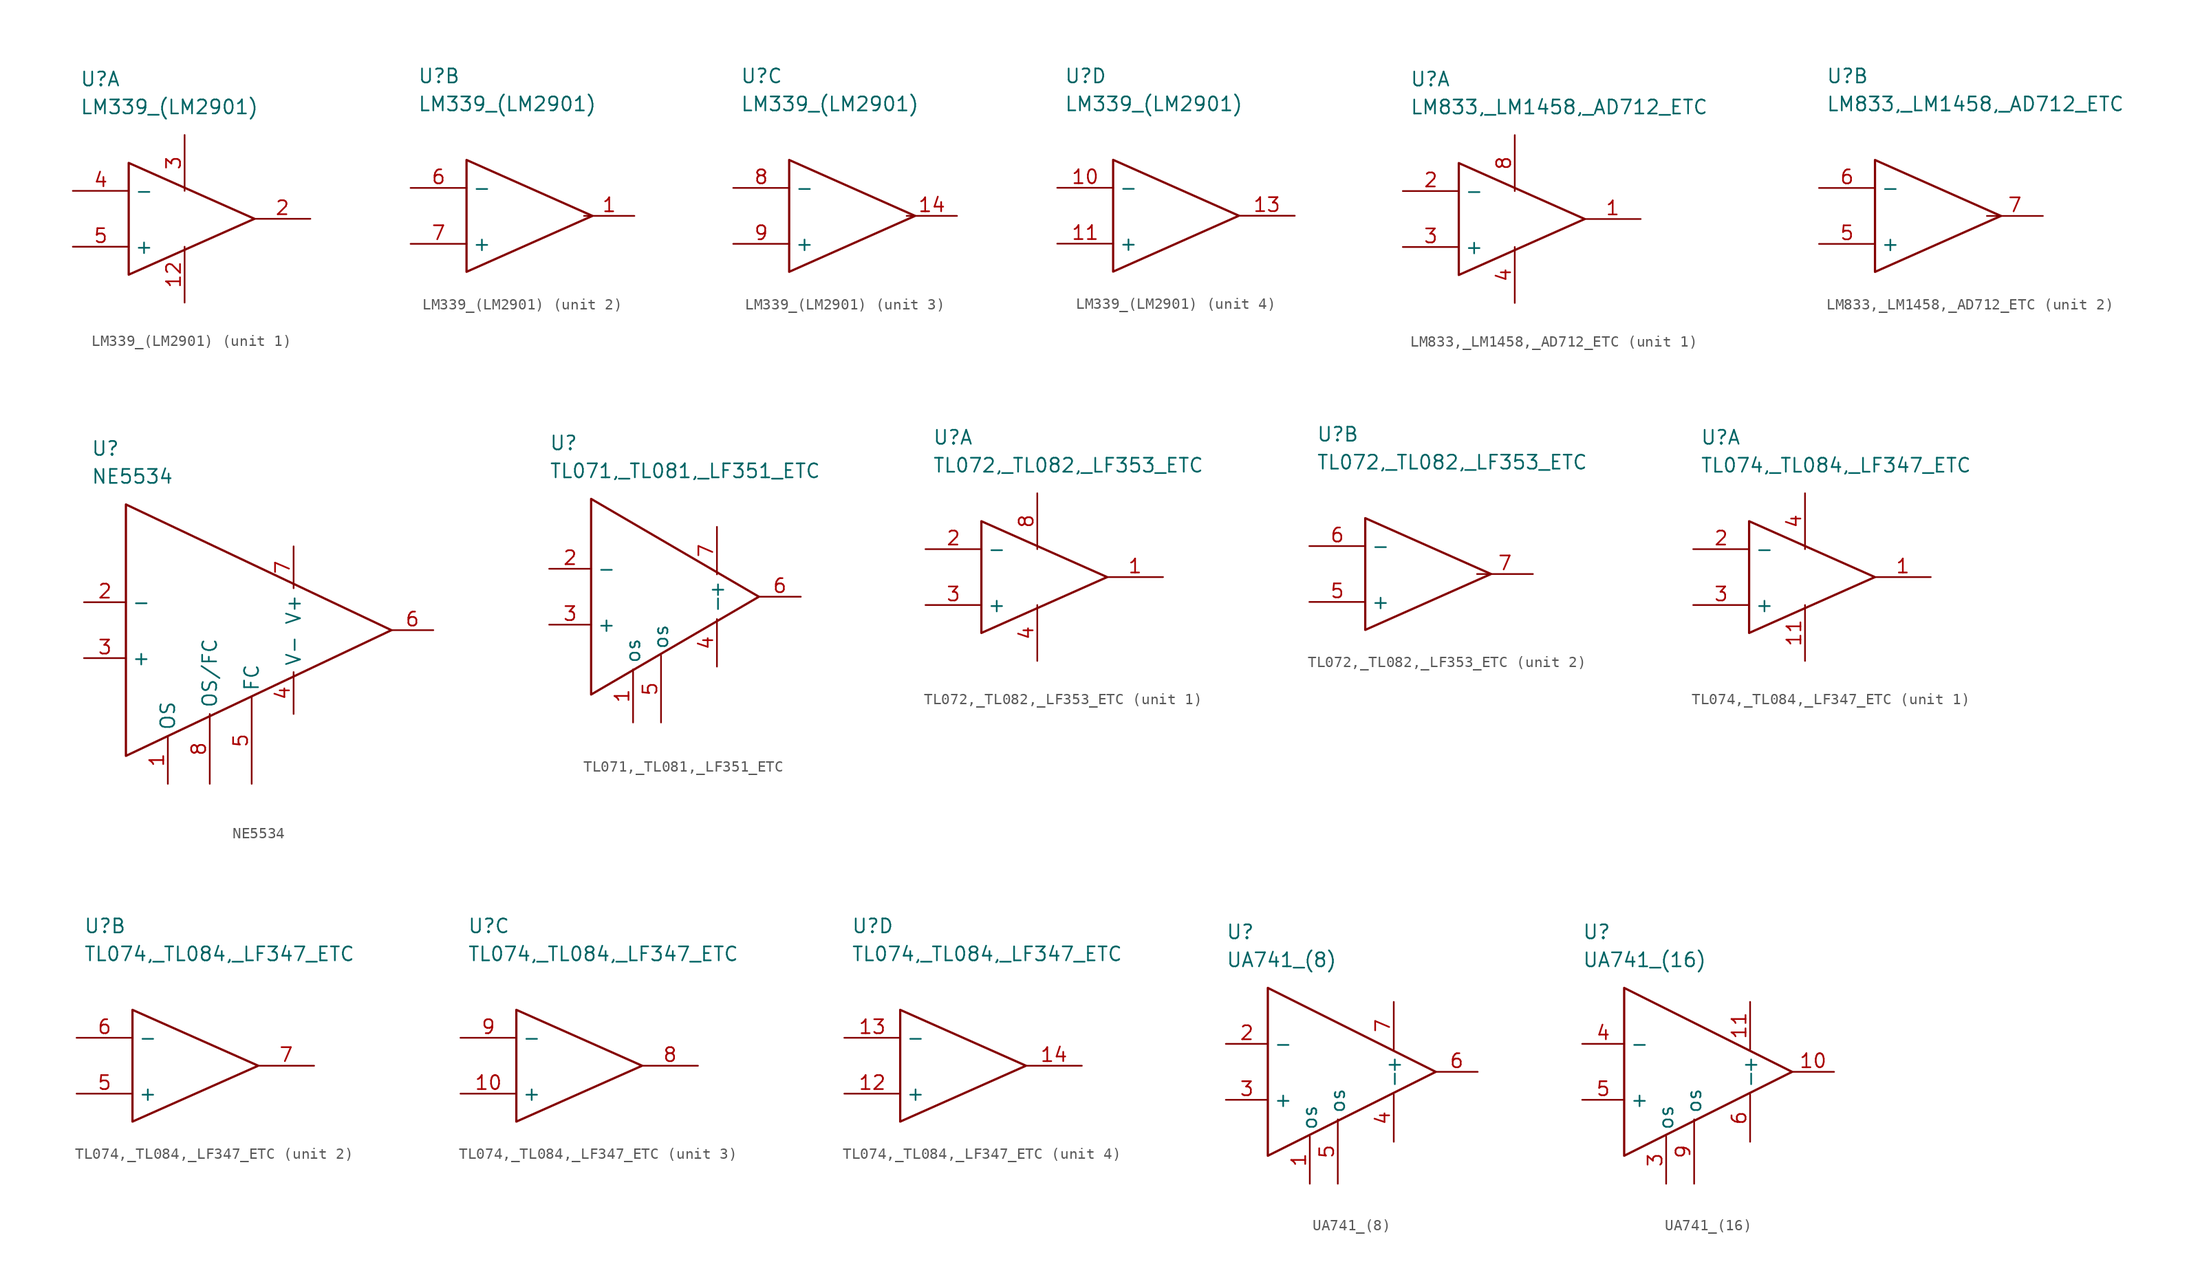
<source format=kicad_sym>
(kicad_symbol_lib
  (version 20211014)
  (generator kicad_symbol_editor)
  (symbol "LM339_(LM2901)"
    (property "Reference" "U"
      (at -10.795 12.7 0)
      (effects (font (size 1.27 1.27)) (justify left)))
    (property "Value" "LM339_(LM2901)"
      (at -10.795 10.16 0)
      (effects (font (size 1.27 1.27)) (justify left)))
    (property "ki_locked" ""
      (at 0 0 0)
      (effects (font (size 1.27 1.27))))
    (symbol "LM339_(LM2901)_0_0"
      (polyline (pts (xy -6.35 5.08) (xy 5.08 0) (xy -6.35 -5.08) (xy -6.35 5.08)) (stroke (width 0.203) (type default) (color 0 0 0 0)) (fill (type none))))
    (symbol "LM339_(LM2901)_1_0"
      (pin unspecified line (at -1.27 -7.62 90) (length 5.08) (name "~" (effects (font (size 1.27 1.27)))) (number "12" (effects (font (size 1.27 1.27)))))
      (pin unspecified line (at 10.16 0 180) (length 5.08) (name "~" (effects (font (size 1.27 1.27)))) (number "2" (effects (font (size 1.27 1.27)))))
      (pin unspecified line (at -1.27 7.62 270) (length 5.08) (name "~" (effects (font (size 1.27 1.27)))) (number "3" (effects (font (size 1.27 1.27)))))
      (pin unspecified line (at -11.43 2.54 0) (length 5.08) (name "-" (effects (font (size 1.27 1.27)))) (number "4" (effects (font (size 1.27 1.27)))))
      (pin unspecified line (at -11.43 -2.54 0) (length 5.08) (name "+" (effects (font (size 1.27 1.27)))) (number "5" (effects (font (size 1.27 1.27))))))
    (symbol "LM339_(LM2901)_2_0"
      (pin unspecified line (at 8.89 0 180) (length 4.572) (name "~" (effects (font (size 1.27 1.27)))) (number "1" (effects (font (size 1.27 1.27)))))
      (pin unspecified line (at -11.43 2.54 0) (length 5.08) (name "-" (effects (font (size 1.27 1.27)))) (number "6" (effects (font (size 1.27 1.27)))))
      (pin unspecified line (at -11.43 -2.54 0) (length 5.08) (name "+" (effects (font (size 1.27 1.27)))) (number "7" (effects (font (size 1.27 1.27))))))
    (symbol "LM339_(LM2901)_3_0"
      (pin unspecified line (at 8.89 0 180) (length 4.572) (name "~" (effects (font (size 1.27 1.27)))) (number "14" (effects (font (size 1.27 1.27)))))
      (pin unspecified line (at -11.43 2.54 0) (length 5.08) (name "-" (effects (font (size 1.27 1.27)))) (number "8" (effects (font (size 1.27 1.27)))))
      (pin unspecified line (at -11.43 -2.54 0) (length 5.08) (name "+" (effects (font (size 1.27 1.27)))) (number "9" (effects (font (size 1.27 1.27))))))
    (symbol "LM339_(LM2901)_4_0"
      (pin unspecified line (at -11.43 2.54 0) (length 5.08) (name "-" (effects (font (size 1.27 1.27)))) (number "10" (effects (font (size 1.27 1.27)))))
      (pin unspecified line (at -11.43 -2.54 0) (length 5.08) (name "+" (effects (font (size 1.27 1.27)))) (number "11" (effects (font (size 1.27 1.27)))))
      (pin unspecified line (at 10.16 0 180) (length 5.08) (name "~" (effects (font (size 1.27 1.27)))) (number "13" (effects (font (size 1.27 1.27)))))))
  (symbol "LM833,_LM1458,_AD712_ETC"
    (property "Reference" "U"
      (at -10.795 12.7 0)
      (effects (font (size 1.27 1.27)) (justify left)))
    (property "Value" "LM833,_LM1458,_AD712_ETC"
      (at -10.795 10.16 0)
      (effects (font (size 1.27 1.27)) (justify left)))
    (property "ki_locked" ""
      (at 0 0 0)
      (effects (font (size 1.27 1.27))))
    (symbol "LM833,_LM1458,_AD712_ETC_0_0"
      (polyline (pts (xy -6.35 5.08) (xy 5.08 0) (xy -6.35 -5.08) (xy -6.35 5.08)) (stroke (width 0.203) (type default) (color 0 0 0 0)) (fill (type none))))
    (symbol "LM833,_LM1458,_AD712_ETC_1_0"
      (pin unspecified line (at 10.16 0 180) (length 5.08) (name "~" (effects (font (size 1.27 1.27)))) (number "1" (effects (font (size 1.27 1.27)))))
      (pin unspecified line (at -11.43 2.54 0) (length 5.08) (name "-" (effects (font (size 1.27 1.27)))) (number "2" (effects (font (size 1.27 1.27)))))
      (pin unspecified line (at -11.43 -2.54 0) (length 5.08) (name "+" (effects (font (size 1.27 1.27)))) (number "3" (effects (font (size 1.27 1.27)))))
      (pin unspecified line (at -1.27 -7.62 90) (length 5.08) (name "~" (effects (font (size 1.27 1.27)))) (number "4" (effects (font (size 1.27 1.27)))))
      (pin unspecified line (at -1.27 7.62 270) (length 5.08) (name "~" (effects (font (size 1.27 1.27)))) (number "8" (effects (font (size 1.27 1.27))))))
    (symbol "LM833,_LM1458,_AD712_ETC_2_0"
      (pin unspecified line (at -11.43 -2.54 0) (length 5.08) (name "+" (effects (font (size 1.27 1.27)))) (number "5" (effects (font (size 1.27 1.27)))))
      (pin unspecified line (at -11.43 2.54 0) (length 5.08) (name "-" (effects (font (size 1.27 1.27)))) (number "6" (effects (font (size 1.27 1.27)))))
      (pin unspecified line (at 8.89 0 180) (length 5.08) (name "~" (effects (font (size 1.27 1.27)))) (number "7" (effects (font (size 1.27 1.27)))))))
  (symbol "NE5534"
    (property "Reference" "U"
      (at -15.875 17.78 0)
      (effects (font (size 1.27 1.27)) (justify left)))
    (property "Value" "NE5534"
      (at -15.875 15.24 0)
      (effects (font (size 1.27 1.27)) (justify left)))
    (property "ki_locked" ""
      (at 0 0 0)
      (effects (font (size 1.27 1.27))))
    (symbol "NE5534_0_0"
      (polyline (pts (xy 11.43 1.27) (xy -12.7 12.7) (xy -12.7 -10.16) (xy 11.43 1.27)) (stroke (width 0.203) (type default) (color 0 0 0 0)) (fill (type none))))
    (symbol "NE5534_1_0"
      (pin unspecified line (at -8.89 -12.7 90) (length 4.318) (name "OS" (effects (font (size 1.27 1.27)))) (number "1" (effects (font (size 1.27 1.27)))))
      (pin unspecified line (at -16.51 3.81 0) (length 3.81) (name "-" (effects (font (size 1.27 1.27)))) (number "2" (effects (font (size 1.27 1.27)))))
      (pin unspecified line (at -16.51 -1.27 0) (length 3.81) (name "+" (effects (font (size 1.27 1.27)))) (number "3" (effects (font (size 1.27 1.27)))))
      (pin unspecified line (at 2.54 -6.35 90) (length 3.81) (name "V-" (effects (font (size 1.27 1.27)))) (number "4" (effects (font (size 1.27 1.27)))))
      (pin unspecified line (at -1.27 -12.7 90) (length 7.874) (name "FC" (effects (font (size 1.27 1.27)))) (number "5" (effects (font (size 1.27 1.27)))))
      (pin unspecified line (at 15.24 1.27 180) (length 3.81) (name "~" (effects (font (size 1.27 1.27)))) (number "6" (effects (font (size 1.27 1.27)))))
      (pin unspecified line (at 2.54 8.89 270) (length 3.81) (name "V+" (effects (font (size 1.27 1.27)))) (number "7" (effects (font (size 1.27 1.27)))))
      (pin unspecified line (at -5.08 -12.7 90) (length 6.35) (name "OS/FC" (effects (font (size 1.27 1.27)))) (number "8" (effects (font (size 1.27 1.27)))))))
  (symbol "TL071,_TL081,_LF351_ETC"
    (property "Reference" "U"
      (at -11.43 15.24 0)
      (effects (font (size 1.27 1.27)) (justify left)))
    (property "Value" "TL071,_TL081,_LF351_ETC"
      (at -11.43 12.7 0)
      (effects (font (size 1.27 1.27)) (justify left)))
    (property "ki_locked" ""
      (at 0 0 0)
      (effects (font (size 1.27 1.27))))
    (symbol "TL071,_TL081,_LF351_ETC_0_0"
      (polyline (pts (xy -7.62 10.16) (xy 7.62 1.27) (xy -7.62 -7.62) (xy -7.62 10.16)) (stroke (width 0.203) (type default) (color 0 0 0 0)) (fill (type none))))
    (symbol "TL071,_TL081,_LF351_ETC_1_0"
      (pin unspecified line (at -3.81 -10.16 90) (length 4.826) (name "os" (effects (font (size 1.27 1.27)))) (number "1" (effects (font (size 1.27 1.27)))))
      (pin unspecified line (at -11.43 3.81 0) (length 3.81) (name "-" (effects (font (size 1.27 1.27)))) (number "2" (effects (font (size 1.27 1.27)))))
      (pin unspecified line (at -11.43 -1.27 0) (length 3.81) (name "+" (effects (font (size 1.27 1.27)))) (number "3" (effects (font (size 1.27 1.27)))))
      (pin unspecified line (at 3.81 -5.08 90) (length 4.318) (name "-" (effects (font (size 1.27 1.27)))) (number "4" (effects (font (size 1.27 1.27)))))
      (pin unspecified line (at -1.27 -10.16 90) (length 6.096) (name "os" (effects (font (size 1.27 1.27)))) (number "5" (effects (font (size 1.27 1.27)))))
      (pin unspecified line (at 11.43 1.27 180) (length 3.81) (name "~" (effects (font (size 1.27 1.27)))) (number "6" (effects (font (size 1.27 1.27)))))
      (pin unspecified line (at 3.81 7.62 270) (length 4.318) (name "+" (effects (font (size 1.27 1.27)))) (number "7" (effects (font (size 1.27 1.27)))))))
  (symbol "TL072,_TL082,_LF353_ETC"
    (property "Reference" "U"
      (at -10.795 12.7 0)
      (effects (font (size 1.27 1.27)) (justify left)))
    (property "Value" "TL072,_TL082,_LF353_ETC"
      (at -10.795 10.16 0)
      (effects (font (size 1.27 1.27)) (justify left)))
    (property "ki_locked" ""
      (at 0 0 0)
      (effects (font (size 1.27 1.27))))
    (symbol "TL072,_TL082,_LF353_ETC_0_0"
      (polyline (pts (xy -6.35 5.08) (xy 5.08 0) (xy -6.35 -5.08) (xy -6.35 5.08)) (stroke (width 0.203) (type default) (color 0 0 0 0)) (fill (type none))))
    (symbol "TL072,_TL082,_LF353_ETC_1_0"
      (pin unspecified line (at 10.16 0 180) (length 5.08) (name "~" (effects (font (size 1.27 1.27)))) (number "1" (effects (font (size 1.27 1.27)))))
      (pin unspecified line (at -11.43 2.54 0) (length 5.08) (name "-" (effects (font (size 1.27 1.27)))) (number "2" (effects (font (size 1.27 1.27)))))
      (pin unspecified line (at -11.43 -2.54 0) (length 5.08) (name "+" (effects (font (size 1.27 1.27)))) (number "3" (effects (font (size 1.27 1.27)))))
      (pin unspecified line (at -1.27 -7.62 90) (length 5.08) (name "~" (effects (font (size 1.27 1.27)))) (number "4" (effects (font (size 1.27 1.27)))))
      (pin unspecified line (at -1.27 7.62 270) (length 5.08) (name "~" (effects (font (size 1.27 1.27)))) (number "8" (effects (font (size 1.27 1.27))))))
    (symbol "TL072,_TL082,_LF353_ETC_2_0"
      (pin unspecified line (at -11.43 -2.54 0) (length 5.08) (name "+" (effects (font (size 1.27 1.27)))) (number "5" (effects (font (size 1.27 1.27)))))
      (pin unspecified line (at -11.43 2.54 0) (length 5.08) (name "-" (effects (font (size 1.27 1.27)))) (number "6" (effects (font (size 1.27 1.27)))))
      (pin unspecified line (at 8.89 0 180) (length 5.08) (name "~" (effects (font (size 1.27 1.27)))) (number "7" (effects (font (size 1.27 1.27)))))))
  (symbol "TL074,_TL084,_LF347_ETC"
    (property "Reference" "U"
      (at -10.795 12.7 0)
      (effects (font (size 1.27 1.27)) (justify left)))
    (property "Value" "TL074,_TL084,_LF347_ETC"
      (at -10.795 10.16 0)
      (effects (font (size 1.27 1.27)) (justify left)))
    (property "ki_locked" ""
      (at 0 0 0)
      (effects (font (size 1.27 1.27))))
    (symbol "TL074,_TL084,_LF347_ETC_0_0"
      (polyline (pts (xy -6.35 5.08) (xy 5.08 0) (xy -6.35 -5.08) (xy -6.35 5.08)) (stroke (width 0.203) (type default) (color 0 0 0 0)) (fill (type none))))
    (symbol "TL074,_TL084,_LF347_ETC_1_0"
      (pin unspecified line (at 10.16 0 180) (length 5.08) (name "~" (effects (font (size 1.27 1.27)))) (number "1" (effects (font (size 1.27 1.27)))))
      (pin power_in line (at -1.27 -7.62 90) (length 5.08) (name "~" (effects (font (size 1.27 1.27)))) (number "11" (effects (font (size 1.27 1.27)))))
      (pin unspecified line (at -11.43 2.54 0) (length 5.08) (name "-" (effects (font (size 1.27 1.27)))) (number "2" (effects (font (size 1.27 1.27)))))
      (pin unspecified line (at -11.43 -2.54 0) (length 5.08) (name "+" (effects (font (size 1.27 1.27)))) (number "3" (effects (font (size 1.27 1.27)))))
      (pin power_in line (at -1.27 7.62 270) (length 5.08) (name "~" (effects (font (size 1.27 1.27)))) (number "4" (effects (font (size 1.27 1.27))))))
    (symbol "TL074,_TL084,_LF347_ETC_2_0"
      (pin unspecified line (at -11.43 -2.54 0) (length 5.08) (name "+" (effects (font (size 1.27 1.27)))) (number "5" (effects (font (size 1.27 1.27)))))
      (pin unspecified line (at -11.43 2.54 0) (length 5.08) (name "-" (effects (font (size 1.27 1.27)))) (number "6" (effects (font (size 1.27 1.27)))))
      (pin unspecified line (at 10.16 0 180) (length 5.08) (name "~" (effects (font (size 1.27 1.27)))) (number "7" (effects (font (size 1.27 1.27))))))
    (symbol "TL074,_TL084,_LF347_ETC_3_0"
      (pin unspecified line (at -11.43 -2.54 0) (length 5.08) (name "+" (effects (font (size 1.27 1.27)))) (number "10" (effects (font (size 1.27 1.27)))))
      (pin unspecified line (at 10.16 0 180) (length 5.08) (name "~" (effects (font (size 1.27 1.27)))) (number "8" (effects (font (size 1.27 1.27)))))
      (pin unspecified line (at -11.43 2.54 0) (length 5.08) (name "-" (effects (font (size 1.27 1.27)))) (number "9" (effects (font (size 1.27 1.27))))))
    (symbol "TL074,_TL084,_LF347_ETC_4_0"
      (pin unspecified line (at -11.43 -2.54 0) (length 5.08) (name "+" (effects (font (size 1.27 1.27)))) (number "12" (effects (font (size 1.27 1.27)))))
      (pin unspecified line (at -11.43 2.54 0) (length 5.08) (name "-" (effects (font (size 1.27 1.27)))) (number "13" (effects (font (size 1.27 1.27)))))
      (pin unspecified line (at 10.16 0 180) (length 5.08) (name "~" (effects (font (size 1.27 1.27)))) (number "14" (effects (font (size 1.27 1.27)))))))
  (symbol "UA741_(8)"
    (property "Reference" "U"
      (at -11.43 13.97 0)
      (effects (font (size 1.27 1.27)) (justify left)))
    (property "Value" "UA741_(8)"
      (at -11.43 11.43 0)
      (effects (font (size 1.27 1.27)) (justify left)))
    (property "ki_locked" ""
      (at 0 0 0)
      (effects (font (size 1.27 1.27))))
    (symbol "UA741_(8)_0_0"
      (polyline (pts (xy -7.62 8.89) (xy 7.62 1.27) (xy -7.62 -6.35) (xy -7.62 8.89)) (stroke (width 0.203) (type default) (color 0 0 0 0)) (fill (type none))))
    (symbol "UA741_(8)_1_0"
      (pin unspecified line (at -3.81 -8.89 90) (length 4.318) (name "os" (effects (font (size 1.27 1.27)))) (number "1" (effects (font (size 1.27 1.27)))))
      (pin unspecified line (at -11.43 3.81 0) (length 3.81) (name "-" (effects (font (size 1.27 1.27)))) (number "2" (effects (font (size 1.27 1.27)))))
      (pin unspecified line (at -11.43 -1.27 0) (length 3.81) (name "+" (effects (font (size 1.27 1.27)))) (number "3" (effects (font (size 1.27 1.27)))))
      (pin unspecified line (at 3.81 -5.08 90) (length 4.318) (name "-" (effects (font (size 1.27 1.27)))) (number "4" (effects (font (size 1.27 1.27)))))
      (pin unspecified line (at -1.27 -8.89 90) (length 5.842) (name "os" (effects (font (size 1.27 1.27)))) (number "5" (effects (font (size 1.27 1.27)))))
      (pin unspecified line (at 11.43 1.27 180) (length 3.81) (name "~" (effects (font (size 1.27 1.27)))) (number "6" (effects (font (size 1.27 1.27)))))
      (pin unspecified line (at 3.81 7.62 270) (length 4.318) (name "+" (effects (font (size 1.27 1.27)))) (number "7" (effects (font (size 1.27 1.27)))))))
  (symbol "UA741_(16)"
    (property "Reference" "U"
      (at -11.43 13.97 0)
      (effects (font (size 1.27 1.27)) (justify left)))
    (property "Value" "UA741_(16)"
      (at -11.43 11.43 0)
      (effects (font (size 1.27 1.27)) (justify left)))
    (property "ki_locked" ""
      (at 0 0 0)
      (effects (font (size 1.27 1.27))))
    (symbol "UA741_(16)_0_0"
      (polyline (pts (xy -7.62 8.89) (xy 7.62 1.27) (xy -7.62 -6.35) (xy -7.62 8.89)) (stroke (width 0.203) (type default) (color 0 0 0 0)) (fill (type none))))
    (symbol "UA741_(16)_1_0"
      (pin unspecified line (at 11.43 1.27 180) (length 3.81) (name "~" (effects (font (size 1.27 1.27)))) (number "10" (effects (font (size 1.27 1.27)))))
      (pin unspecified line (at 3.81 7.62 270) (length 4.318) (name "+" (effects (font (size 1.27 1.27)))) (number "11" (effects (font (size 1.27 1.27)))))
      (pin unspecified line (at -3.81 -8.89 90) (length 4.318) (name "os" (effects (font (size 1.27 1.27)))) (number "3" (effects (font (size 1.27 1.27)))))
      (pin unspecified line (at -11.43 3.81 0) (length 3.81) (name "-" (effects (font (size 1.27 1.27)))) (number "4" (effects (font (size 1.27 1.27)))))
      (pin unspecified line (at -11.43 -1.27 0) (length 3.81) (name "+" (effects (font (size 1.27 1.27)))) (number "5" (effects (font (size 1.27 1.27)))))
      (pin unspecified line (at 3.81 -5.08 90) (length 4.318) (name "-" (effects (font (size 1.27 1.27)))) (number "6" (effects (font (size 1.27 1.27)))))
      (pin unspecified line (at -1.27 -8.89 90) (length 5.842) (name "os" (effects (font (size 1.27 1.27)))) (number "9" (effects (font (size 1.27 1.27))))))))
</source>
